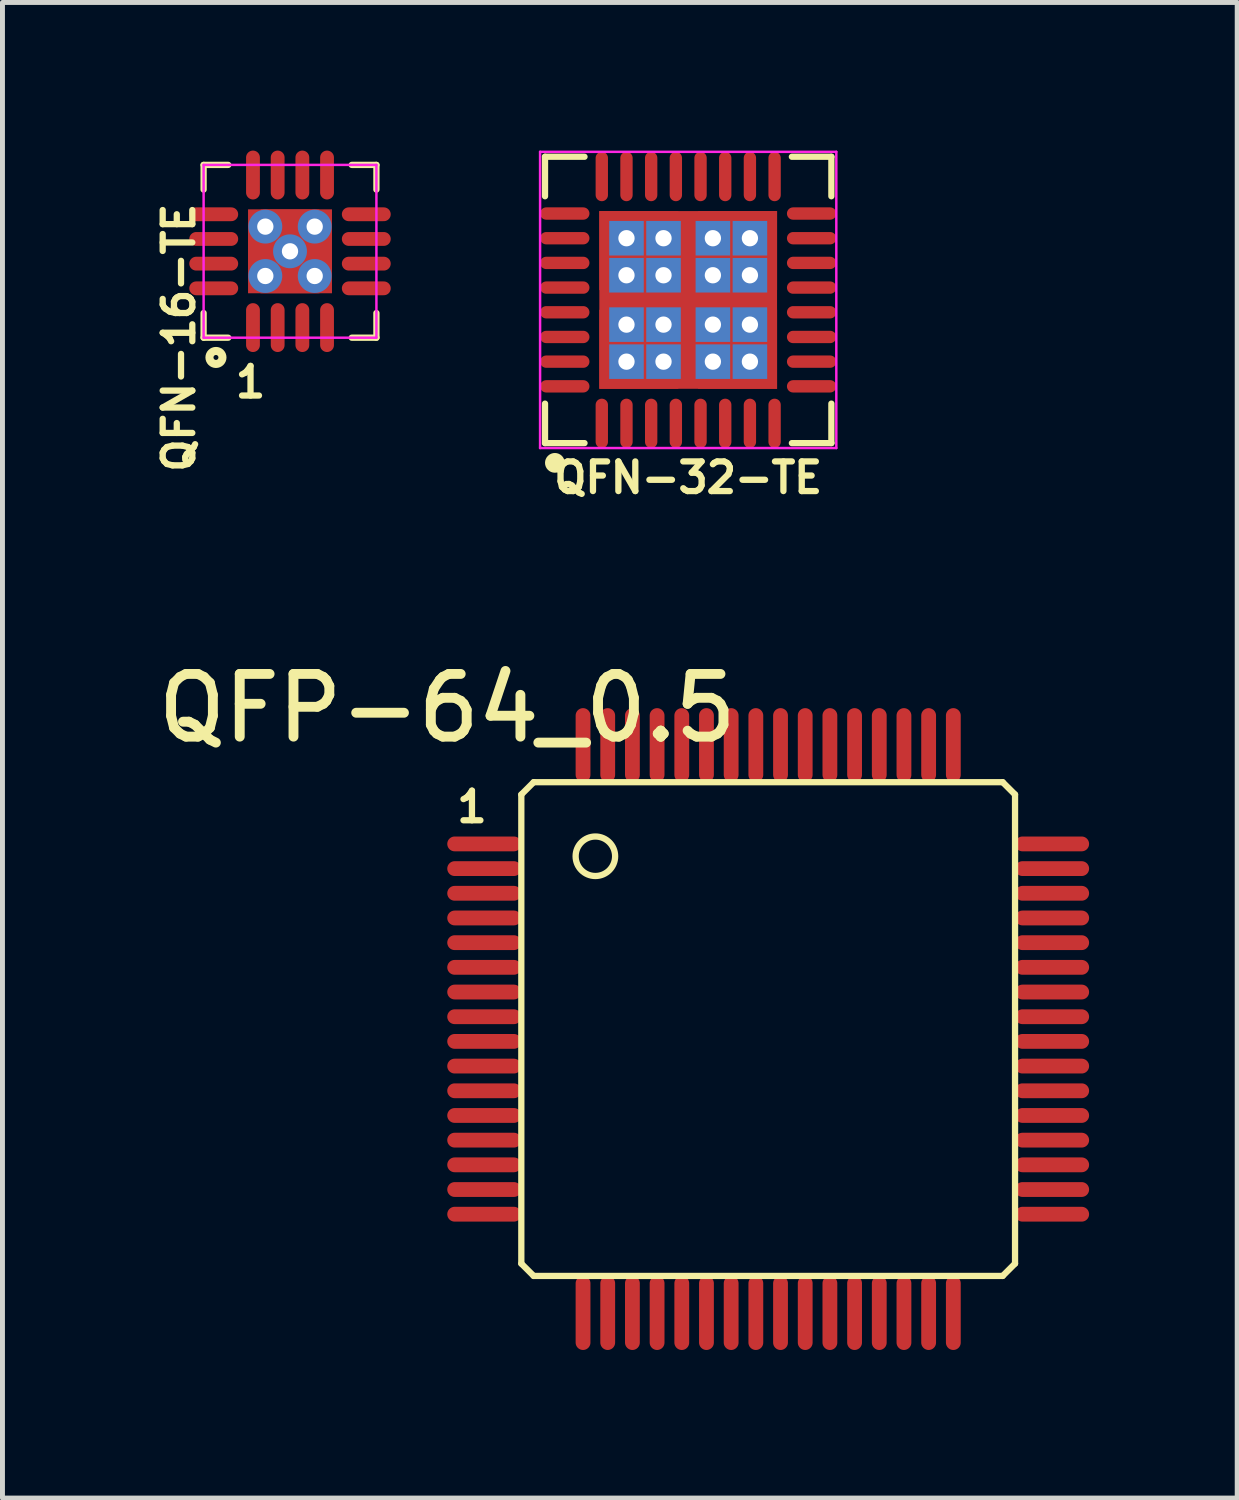
<source format=kicad_pcb>
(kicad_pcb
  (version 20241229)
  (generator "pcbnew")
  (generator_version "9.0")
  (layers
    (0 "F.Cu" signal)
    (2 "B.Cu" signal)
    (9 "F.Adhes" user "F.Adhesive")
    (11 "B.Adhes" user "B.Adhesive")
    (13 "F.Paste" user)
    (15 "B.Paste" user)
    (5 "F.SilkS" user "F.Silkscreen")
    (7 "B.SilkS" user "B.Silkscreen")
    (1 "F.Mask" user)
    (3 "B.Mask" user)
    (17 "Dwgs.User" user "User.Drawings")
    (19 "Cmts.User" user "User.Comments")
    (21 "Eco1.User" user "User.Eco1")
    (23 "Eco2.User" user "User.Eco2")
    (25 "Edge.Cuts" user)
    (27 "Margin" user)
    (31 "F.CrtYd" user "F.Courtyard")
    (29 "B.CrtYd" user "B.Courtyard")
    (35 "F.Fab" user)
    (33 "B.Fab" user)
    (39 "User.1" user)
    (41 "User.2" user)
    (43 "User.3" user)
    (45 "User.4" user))
  (footprint "QFN-16-TE"
    (layer "F.Cu")
    (at 2.824 2.04)
    (property "Reference" "QFN-16-TE" (at -2.25 1.75 90) (layer "F.SilkS") (effects (font (size 0.6 0.6) (thickness 0.127))))
    (attr smd)
    (fp_line (start -1.75 -1.75) (end -1.25 -1.75) (stroke (width 0.127) (type solid)) (layer "F.SilkS"))
    (fp_line (start -1.75 -1.25) (end -1.75 -1.75) (stroke (width 0.127) (type solid)) (layer "F.SilkS"))
    (fp_line (start -1.75 1.75) (end -1.75 1.25) (stroke (width 0.127) (type solid)) (layer "F.SilkS"))
    (fp_line (start -1.25 1.75) (end -1.75 1.75) (stroke (width 0.127) (type solid)) (layer "F.SilkS"))
    (fp_line (start 1.25 -1.75) (end 1.75 -1.75) (stroke (width 0.127) (type solid)) (layer "F.SilkS"))
    (fp_line (start 1.75 -1.75) (end 1.75 -1.25) (stroke (width 0.127) (type solid)) (layer "F.SilkS"))
    (fp_line (start 1.75 1.25) (end 1.75 1.75) (stroke (width 0.127) (type solid)) (layer "F.SilkS"))
    (fp_line (start 1.75 1.75) (end 1.25 1.75) (stroke (width 0.127) (type solid)) (layer "F.SilkS"))
    (fp_circle (center -1.5 2.15) (end -1.5 2.2) (stroke (width 0.127) (type solid)) (fill no) (layer "F.SilkS"))
    (fp_circle (center -1.5 2.15) (end -1.5 2.3) (stroke (width 0.127) (type solid)) (fill no) (layer "F.SilkS"))
    (fp_line (start -1.75 -1.75) (end -1.75 1.75) (stroke (width 0.05) (type solid)) (layer "F.CrtYd"))
    (fp_line (start -1.75 -1.75) (end 1.75 -1.75) (stroke (width 0.05) (type solid)) (layer "F.CrtYd"))
    (fp_line (start 1.75 -1.75) (end 1.75 1.75) (stroke (width 0.05) (type solid)) (layer "F.CrtYd"))
    (fp_line (start 1.75 1.75) (end -1.75 1.75) (stroke (width 0.05) (type solid)) (layer "F.CrtYd"))
    (fp_text user "1" (at -0.8 2.65 180) (layer "F.SilkS") (effects (font (size 0.6 0.6) (thickness 0.127))))
    (pad "1" smd oval (at -0.75 1.545) (size 0.28 0.99) (layers "F.Cu" "F.Mask" "F.Paste"))
    (pad "2" smd oval (at -0.25 1.545) (size 0.28 0.99) (layers "F.Cu" "F.Mask" "F.Paste"))
    (pad "3" smd oval (at 0.25 1.545) (size 0.28 0.99) (layers "F.Cu" "F.Mask" "F.Paste"))
    (pad "4" smd oval (at 0.75 1.545) (size 0.28 0.99) (layers "F.Cu" "F.Mask" "F.Paste"))
    (pad "5" smd oval (at 1.545 0.75 90) (size 0.28 0.99) (layers "F.Cu" "F.Mask" "F.Paste"))
    (pad "6" smd oval (at 1.545 0.25 90) (size 0.28 0.99) (layers "F.Cu" "F.Mask" "F.Paste"))
    (pad "7" smd oval (at 1.545 -0.25 90) (size 0.28 0.99) (layers "F.Cu" "F.Mask" "F.Paste"))
    (pad "8" smd oval (at 1.545 -0.75 90) (size 0.28 0.99) (layers "F.Cu" "F.Mask" "F.Paste"))
    (pad "9" smd oval (at 0.75 -1.545) (size 0.28 0.99) (layers "F.Cu" "F.Mask" "F.Paste"))
    (pad "10" smd oval (at 0.25 -1.545) (size 0.28 0.99) (layers "F.Cu" "F.Mask" "F.Paste"))
    (pad "11" smd oval (at -0.25 -1.545) (size 0.28 0.99) (layers "F.Cu" "F.Mask" "F.Paste"))
    (pad "12" smd oval (at -0.75 -1.545) (size 0.28 0.99) (layers "F.Cu" "F.Mask" "F.Paste"))
    (pad "13" smd oval (at -1.545 -0.75 90) (size 0.28 0.99) (layers "F.Cu" "F.Mask" "F.Paste"))
    (pad "14" smd oval (at -1.545 -0.25 90) (size 0.28 0.99) (layers "F.Cu" "F.Mask" "F.Paste"))
    (pad "15" smd oval (at -1.545 0.25 90) (size 0.28 0.99) (layers "F.Cu" "F.Mask" "F.Paste"))
    (pad "16" smd oval (at -1.545 0.75 90) (size 0.28 0.99) (layers "F.Cu" "F.Mask" "F.Paste"))
    (pad "17" smd trapezoid (at -0.525 0 270) (size 0.65 0.65) (rect_delta 0 0.55) (layers "F.Cu" "F.Paste"))
    (pad "17" thru_hole circle (at -0.5 -0.5) (size 0.686 0.686) (drill 0.33) (layers "*.Cu"))
    (pad "17" thru_hole circle (at -0.5 0.5) (size 0.686 0.686) (drill 0.33) (layers "*.Cu"))
    (pad "17" smd trapezoid (at 0 -0.525 180) (size 0.65 0.65) (rect_delta 0 0.55) (layers "F.Cu" "F.Paste"))
    (pad "17" thru_hole circle (at 0 0) (size 0.686 0.686) (drill 0.33) (layers "*.Cu"))
    (pad "17" smd rect (at 0 0) (size 1.7 1.7) (layers "F.Cu" "F.Mask"))
    (pad "17" smd trapezoid (at 0 0.525) (size 0.65 0.65) (rect_delta 0 0.55) (layers "F.Cu" "F.Paste"))
    (pad "17" thru_hole circle (at 0.5 -0.5) (size 0.686 0.686) (drill 0.33) (layers "*.Cu"))
    (pad "17" thru_hole circle (at 0.5 0.5) (size 0.686 0.686) (drill 0.33) (layers "*.Cu"))
    (pad "17" smd trapezoid (at 0.525 0 90) (size 0.65 0.65) (rect_delta 0 0.55) (layers "F.Cu" "F.Paste")))
  (footprint "QFP-64_0.5"
    (layer "F.Cu")
    (at 12.509 17.793)
    (property "Reference" "QFP-64_0.5" (at -6.5 -6.5 0) (layer "F.SilkS") (effects (font (size 1.27 1.27) (thickness 0.2))))
    (attr smd)
    (fp_line (start -5 -4.75) (end -4.75 -5) (stroke (width 0.127) (type solid)) (layer "F.SilkS"))
    (fp_line (start -5 4.75) (end -5 -4.75) (stroke (width 0.127) (type solid)) (layer "F.SilkS"))
    (fp_line (start -4.75 -5) (end 4.75 -5) (stroke (width 0.127) (type solid)) (layer "F.SilkS"))
    (fp_line (start -4.75 5) (end -5 4.75) (stroke (width 0.127) (type solid)) (layer "F.SilkS"))
    (fp_line (start 4.75 -5) (end 5 -4.75) (stroke (width 0.127) (type solid)) (layer "F.SilkS"))
    (fp_line (start 4.75 5) (end -4.75 5) (stroke (width 0.127) (type solid)) (layer "F.SilkS"))
    (fp_line (start 5 -4.75) (end 5 4.75) (stroke (width 0.127) (type solid)) (layer "F.SilkS"))
    (fp_line (start 5 4.75) (end 4.75 5) (stroke (width 0.127) (type solid)) (layer "F.SilkS"))
    (fp_circle (center -3.5 -3.5) (end -3.1 -3.5) (stroke (width 0.127) (type solid)) (fill no) (layer "F.SilkS"))
    (fp_text user "1" (at -6 -4.5 0) (layer "F.SilkS") (effects (font (size 0.6 0.6) (thickness 0.127))))
    (pad "1" smd oval (at -5.75 -3.75) (size 1.5 0.3) (layers "F.Cu" "F.Mask" "F.Paste"))
    (pad "2" smd oval (at -5.75 -3.25) (size 1.5 0.3) (layers "F.Cu" "F.Mask" "F.Paste"))
    (pad "3" smd oval (at -5.75 -2.75) (size 1.5 0.3) (layers "F.Cu" "F.Mask" "F.Paste"))
    (pad "4" smd oval (at -5.75 -2.25) (size 1.5 0.3) (layers "F.Cu" "F.Mask" "F.Paste"))
    (pad "5" smd oval (at -5.75 -1.75) (size 1.5 0.3) (layers "F.Cu" "F.Mask" "F.Paste"))
    (pad "6" smd oval (at -5.75 -1.25) (size 1.5 0.3) (layers "F.Cu" "F.Mask" "F.Paste"))
    (pad "7" smd oval (at -5.75 -0.75) (size 1.5 0.3) (layers "F.Cu" "F.Mask" "F.Paste"))
    (pad "8" smd oval (at -5.75 -0.25) (size 1.5 0.3) (layers "F.Cu" "F.Mask" "F.Paste"))
    (pad "9" smd oval (at -5.75 0.25) (size 1.5 0.3) (layers "F.Cu" "F.Mask" "F.Paste"))
    (pad "10" smd oval (at -5.75 0.75) (size 1.5 0.3) (layers "F.Cu" "F.Mask" "F.Paste"))
    (pad "11" smd oval (at -5.75 1.25) (size 1.5 0.3) (layers "F.Cu" "F.Mask" "F.Paste"))
    (pad "12" smd oval (at -5.75 1.75) (size 1.5 0.3) (layers "F.Cu" "F.Mask" "F.Paste"))
    (pad "13" smd oval (at -5.75 2.25) (size 1.5 0.3) (layers "F.Cu" "F.Mask" "F.Paste"))
    (pad "14" smd oval (at -5.75 2.75) (size 1.5 0.3) (layers "F.Cu" "F.Mask" "F.Paste"))
    (pad "15" smd oval (at -5.75 3.25) (size 1.5 0.3) (layers "F.Cu" "F.Mask" "F.Paste"))
    (pad "16" smd oval (at -5.75 3.75) (size 1.5 0.3) (layers "F.Cu" "F.Mask" "F.Paste"))
    (pad "17" smd oval (at -3.75 5.75 90) (size 1.5 0.3) (layers "F.Cu" "F.Mask" "F.Paste"))
    (pad "18" smd oval (at -3.25 5.75 90) (size 1.5 0.3) (layers "F.Cu" "F.Mask" "F.Paste"))
    (pad "19" smd oval (at -2.75 5.75 90) (size 1.5 0.3) (layers "F.Cu" "F.Mask" "F.Paste"))
    (pad "20" smd oval (at -2.25 5.75 90) (size 1.5 0.3) (layers "F.Cu" "F.Mask" "F.Paste"))
    (pad "21" smd oval (at -1.75 5.75 90) (size 1.5 0.3) (layers "F.Cu" "F.Mask" "F.Paste"))
    (pad "22" smd oval (at -1.25 5.75 90) (size 1.5 0.3) (layers "F.Cu" "F.Mask" "F.Paste"))
    (pad "23" smd oval (at -0.75 5.75 90) (size 1.5 0.3) (layers "F.Cu" "F.Mask" "F.Paste"))
    (pad "24" smd oval (at -0.25 5.75 90) (size 1.5 0.3) (layers "F.Cu" "F.Mask" "F.Paste"))
    (pad "25" smd oval (at 0.25 5.75 90) (size 1.5 0.3) (layers "F.Cu" "F.Mask" "F.Paste"))
    (pad "26" smd oval (at 0.75 5.75 90) (size 1.5 0.3) (layers "F.Cu" "F.Mask" "F.Paste"))
    (pad "27" smd oval (at 1.25 5.75 90) (size 1.5 0.3) (layers "F.Cu" "F.Mask" "F.Paste"))
    (pad "28" smd oval (at 1.75 5.75 90) (size 1.5 0.3) (layers "F.Cu" "F.Mask" "F.Paste"))
    (pad "29" smd oval (at 2.25 5.75 90) (size 1.5 0.3) (layers "F.Cu" "F.Mask" "F.Paste"))
    (pad "30" smd oval (at 2.75 5.75 90) (size 1.5 0.3) (layers "F.Cu" "F.Mask" "F.Paste"))
    (pad "31" smd oval (at 3.25 5.75 90) (size 1.5 0.3) (layers "F.Cu" "F.Mask" "F.Paste"))
    (pad "32" smd oval (at 3.75 5.75 90) (size 1.5 0.3) (layers "F.Cu" "F.Mask" "F.Paste"))
    (pad "33" smd oval (at 5.75 3.75) (size 1.5 0.3) (layers "F.Cu" "F.Mask" "F.Paste"))
    (pad "34" smd oval (at 5.75 3.25) (size 1.5 0.3) (layers "F.Cu" "F.Mask" "F.Paste"))
    (pad "35" smd oval (at 5.75 2.75) (size 1.5 0.3) (layers "F.Cu" "F.Mask" "F.Paste"))
    (pad "36" smd oval (at 5.75 2.25) (size 1.5 0.3) (layers "F.Cu" "F.Mask" "F.Paste"))
    (pad "37" smd oval (at 5.75 1.75) (size 1.5 0.3) (layers "F.Cu" "F.Mask" "F.Paste"))
    (pad "38" smd oval (at 5.75 1.25) (size 1.5 0.3) (layers "F.Cu" "F.Mask" "F.Paste"))
    (pad "39" smd oval (at 5.75 0.75) (size 1.5 0.3) (layers "F.Cu" "F.Mask" "F.Paste"))
    (pad "40" smd oval (at 5.75 0.25) (size 1.5 0.3) (layers "F.Cu" "F.Mask" "F.Paste"))
    (pad "41" smd oval (at 5.75 -0.25) (size 1.5 0.3) (layers "F.Cu" "F.Mask" "F.Paste"))
    (pad "42" smd oval (at 5.75 -0.75) (size 1.5 0.3) (layers "F.Cu" "F.Mask" "F.Paste"))
    (pad "43" smd oval (at 5.75 -1.25) (size 1.5 0.3) (layers "F.Cu" "F.Mask" "F.Paste"))
    (pad "44" smd oval (at 5.75 -1.75) (size 1.5 0.3) (layers "F.Cu" "F.Mask" "F.Paste"))
    (pad "45" smd oval (at 5.75 -2.25) (size 1.5 0.3) (layers "F.Cu" "F.Mask" "F.Paste"))
    (pad "46" smd oval (at 5.75 -2.75) (size 1.5 0.3) (layers "F.Cu" "F.Mask" "F.Paste"))
    (pad "47" smd oval (at 5.75 -3.25) (size 1.5 0.3) (layers "F.Cu" "F.Mask" "F.Paste"))
    (pad "48" smd oval (at 5.75 -3.75) (size 1.5 0.3) (layers "F.Cu" "F.Mask" "F.Paste"))
    (pad "49" smd oval (at 3.75 -5.75 90) (size 1.5 0.3) (layers "F.Cu" "F.Mask" "F.Paste"))
    (pad "50" smd oval (at 3.25 -5.75 90) (size 1.5 0.3) (layers "F.Cu" "F.Mask" "F.Paste"))
    (pad "51" smd oval (at 2.75 -5.75 90) (size 1.5 0.3) (layers "F.Cu" "F.Mask" "F.Paste"))
    (pad "52" smd oval (at 2.25 -5.75 90) (size 1.5 0.3) (layers "F.Cu" "F.Mask" "F.Paste"))
    (pad "53" smd oval (at 1.75 -5.75 90) (size 1.5 0.3) (layers "F.Cu" "F.Mask" "F.Paste"))
    (pad "54" smd oval (at 1.25 -5.75 90) (size 1.5 0.3) (layers "F.Cu" "F.Mask" "F.Paste"))
    (pad "55" smd oval (at 0.75 -5.75 90) (size 1.5 0.3) (layers "F.Cu" "F.Mask" "F.Paste"))
    (pad "56" smd oval (at 0.25 -5.75 90) (size 1.5 0.3) (layers "F.Cu" "F.Mask" "F.Paste"))
    (pad "57" smd oval (at -0.25 -5.75 90) (size 1.5 0.3) (layers "F.Cu" "F.Mask" "F.Paste"))
    (pad "58" smd oval (at -0.75 -5.75 90) (size 1.5 0.3) (layers "F.Cu" "F.Mask" "F.Paste"))
    (pad "59" smd oval (at -1.25 -5.75 90) (size 1.5 0.3) (layers "F.Cu" "F.Mask" "F.Paste"))
    (pad "60" smd oval (at -1.75 -5.75 90) (size 1.5 0.3) (layers "F.Cu" "F.Mask" "F.Paste"))
    (pad "61" smd oval (at -2.25 -5.75 90) (size 1.5 0.3) (layers "F.Cu" "F.Mask" "F.Paste"))
    (pad "62" smd oval (at -2.75 -5.75 90) (size 1.5 0.3) (layers "F.Cu" "F.Mask" "F.Paste"))
    (pad "63" smd oval (at -3.25 -5.75 90) (size 1.5 0.3) (layers "F.Cu" "F.Mask" "F.Paste"))
    (pad "64" smd oval (at -3.75 -5.75 90) (size 1.5 0.3) (layers "F.Cu" "F.Mask" "F.Paste")))
  (footprint "QFN-32-TE"
    (layer "F.Cu")
    (at 10.889 3.025)
    (property "Reference" "QFN-32-TE" (at 0 3.6 0) (layer "F.SilkS") (effects (font (size 0.6 0.6) (thickness 0.127))))
    (attr through_hole)
    (fp_line (start -2.9 -2.9) (end -2.9 -2.1) (stroke (width 0.127) (type solid)) (layer "F.SilkS"))
    (fp_line (start -2.9 2.9) (end -2.9 2.1) (stroke (width 0.127) (type solid)) (layer "F.SilkS"))
    (fp_line (start -2.1 -2.9) (end -2.9 -2.9) (stroke (width 0.127) (type solid)) (layer "F.SilkS"))
    (fp_line (start -2.1 2.9) (end -2.9 2.9) (stroke (width 0.127) (type solid)) (layer "F.SilkS"))
    (fp_line (start 2.1 -2.9) (end 2.9 -2.9) (stroke (width 0.127) (type solid)) (layer "F.SilkS"))
    (fp_line (start 2.9 -2.9) (end 2.9 -2.1) (stroke (width 0.127) (type solid)) (layer "F.SilkS"))
    (fp_line (start 2.9 2.1) (end 2.9 2.9) (stroke (width 0.127) (type solid)) (layer "F.SilkS"))
    (fp_line (start 2.9 2.9) (end 2.1 2.9) (stroke (width 0.127) (type solid)) (layer "F.SilkS"))
    (fp_circle (center -2.7 3.3) (end -2.7 3.4) (stroke (width 0.2) (type solid)) (fill no) (layer "F.SilkS"))
    (fp_line (start -3 -3) (end 3 -3) (stroke (width 0.05) (type solid)) (layer "F.CrtYd"))
    (fp_line (start -3 3) (end -3 -3) (stroke (width 0.05) (type solid)) (layer "F.CrtYd"))
    (fp_line (start 3 -3) (end 3 3) (stroke (width 0.05) (type solid)) (layer "F.CrtYd"))
    (fp_line (start 3 3) (end -3 3) (stroke (width 0.05) (type solid)) (layer "F.CrtYd"))
    (pad "1" smd oval (at -1.75 2.5) (size 0.25 1) (layers "F.Cu" "F.Mask" "F.Paste"))
    (pad "2" smd oval (at -1.25 2.5) (size 0.25 1) (layers "F.Cu" "F.Mask" "F.Paste"))
    (pad "3" smd oval (at -0.75 2.5) (size 0.25 1) (layers "F.Cu" "F.Mask" "F.Paste"))
    (pad "4" smd oval (at -0.25 2.5) (size 0.25 1) (layers "F.Cu" "F.Mask" "F.Paste"))
    (pad "5" smd oval (at 0.25 2.5) (size 0.25 1) (layers "F.Cu" "F.Mask" "F.Paste"))
    (pad "6" smd oval (at 0.75 2.5) (size 0.25 1) (layers "F.Cu" "F.Mask" "F.Paste"))
    (pad "7" smd oval (at 1.25 2.5) (size 0.25 1) (layers "F.Cu" "F.Mask" "F.Paste"))
    (pad "8" smd oval (at 1.75 2.5) (size 0.25 1) (layers "F.Cu" "F.Mask" "F.Paste"))
    (pad "9" smd oval (at 2.5 1.75 90) (size 0.25 1) (layers "F.Cu" "F.Mask" "F.Paste"))
    (pad "10" smd oval (at 2.5 1.25 90) (size 0.25 1) (layers "F.Cu" "F.Mask" "F.Paste"))
    (pad "11" smd oval (at 2.5 0.75 90) (size 0.25 1) (layers "F.Cu" "F.Mask" "F.Paste"))
    (pad "12" smd oval (at 2.5 0.25 90) (size 0.25 1) (layers "F.Cu" "F.Mask" "F.Paste"))
    (pad "13" smd oval (at 2.5 -0.25 90) (size 0.25 1) (layers "F.Cu" "F.Mask" "F.Paste"))
    (pad "14" smd oval (at 2.5 -0.75 90) (size 0.25 1) (layers "F.Cu" "F.Mask" "F.Paste"))
    (pad "15" smd oval (at 2.5 -1.25 90) (size 0.25 1) (layers "F.Cu" "F.Mask" "F.Paste"))
    (pad "16" smd oval (at 2.5 -1.75 90) (size 0.25 1) (layers "F.Cu" "F.Mask" "F.Paste"))
    (pad "17" smd oval (at 1.75 -2.5) (size 0.25 1) (layers "F.Cu" "F.Mask" "F.Paste"))
    (pad "18" smd oval (at 1.25 -2.5) (size 0.25 1) (layers "F.Cu" "F.Mask" "F.Paste"))
    (pad "19" smd oval (at 0.75 -2.5) (size 0.25 1) (layers "F.Cu" "F.Mask" "F.Paste"))
    (pad "20" smd oval (at 0.25 -2.5) (size 0.25 1) (layers "F.Cu" "F.Mask" "F.Paste"))
    (pad "21" smd oval (at -0.25 -2.5) (size 0.25 1) (layers "F.Cu" "F.Mask" "F.Paste"))
    (pad "22" smd oval (at -0.75 -2.5) (size 0.25 1) (layers "F.Cu" "F.Mask" "F.Paste"))
    (pad "23" smd oval (at -1.25 -2.5) (size 0.25 1) (layers "F.Cu" "F.Mask" "F.Paste"))
    (pad "24" smd oval (at -1.75 -2.5) (size 0.25 1) (layers "F.Cu" "F.Mask" "F.Paste"))
    (pad "25" smd oval (at -2.5 -1.75 90) (size 0.25 1) (layers "F.Cu" "F.Mask" "F.Paste"))
    (pad "26" smd oval (at -2.5 -1.25 90) (size 0.25 1) (layers "F.Cu" "F.Mask" "F.Paste"))
    (pad "27" smd oval (at -2.5 -0.75 90) (size 0.25 1) (layers "F.Cu" "F.Mask" "F.Paste"))
    (pad "28" smd oval (at -2.5 -0.25 90) (size 0.25 1) (layers "F.Cu" "F.Mask" "F.Paste"))
    (pad "29" smd oval (at -2.5 0.25 90) (size 0.25 1) (layers "F.Cu" "F.Mask" "F.Paste"))
    (pad "30" smd oval (at -2.5 0.75 90) (size 0.25 1) (layers "F.Cu" "F.Mask" "F.Paste"))
    (pad "31" smd oval (at -2.5 1.25 90) (size 0.25 1) (layers "F.Cu" "F.Mask" "F.Paste"))
    (pad "32" smd oval (at -2.5 1.75 90) (size 0.25 1) (layers "F.Cu" "F.Mask" "F.Paste"))
    (pad "33" thru_hole rect (at -1.25 -1.25) (size 0.7 0.7) (drill 0.33) (layers "*.Cu"))
    (pad "33" thru_hole rect (at -1.25 -0.5) (size 0.7 0.7) (drill 0.33) (layers "*.Cu"))
    (pad "33" thru_hole rect (at -1.25 0.5) (size 0.7 0.7) (drill 0.33) (layers "*.Cu"))
    (pad "33" thru_hole rect (at -1.25 1.25) (size 0.7 0.7) (drill 0.33) (layers "*.Cu"))
    (pad "33" smd rect (at -1 -1) (size 1.6 1.6) (layers "F.Cu" "F.Paste"))
    (pad "33" smd rect (at -1 1) (size 1.6 1.6) (layers "F.Cu" "F.Paste"))
    (pad "33" thru_hole rect (at -0.5 -1.25) (size 0.7 0.7) (drill 0.33) (layers "*.Cu"))
    (pad "33" thru_hole rect (at -0.5 -0.5) (size 0.7 0.7) (drill 0.33) (layers "*.Cu"))
    (pad "33" thru_hole rect (at -0.5 0.5) (size 0.7 0.7) (drill 0.33) (layers "*.Cu"))
    (pad "33" thru_hole rect (at -0.5 1.25) (size 0.7 0.7) (drill 0.33) (layers "*.Cu"))
    (pad "33" smd rect (at 0 0) (size 3.6 3.6) (layers "F.Cu" "F.Mask"))
    (pad "33" thru_hole rect (at 0.5 -1.25) (size 0.7 0.7) (drill 0.33) (layers "*.Cu"))
    (pad "33" thru_hole rect (at 0.5 -0.5) (size 0.7 0.7) (drill 0.33) (layers "*.Cu"))
    (pad "33" thru_hole rect (at 0.5 0.5) (size 0.7 0.7) (drill 0.33) (layers "*.Cu"))
    (pad "33" thru_hole rect (at 0.5 1.25) (size 0.7 0.7) (drill 0.33) (layers "*.Cu"))
    (pad "33" smd rect (at 1 -1) (size 1.6 1.6) (layers "F.Cu" "F.Paste"))
    (pad "33" smd rect (at 1 1) (size 1.6 1.6) (layers "F.Cu" "F.Paste"))
    (pad "33" thru_hole rect (at 1.25 -1.25) (size 0.7 0.7) (drill 0.33) (layers "*.Cu"))
    (pad "33" thru_hole rect (at 1.25 -0.5) (size 0.7 0.7) (drill 0.33) (layers "*.Cu"))
    (pad "33" thru_hole rect (at 1.25 0.5) (size 0.7 0.7) (drill 0.33) (layers "*.Cu"))
    (pad "33" thru_hole rect (at 1.25 1.25) (size 0.7 0.7) (drill 0.33) (layers "*.Cu")))
  (gr_rect
    (start -3 -3)
    (end 22.009 27.293)
    (stroke (width 0.1) (type default))
    (fill no)
    (layer "Edge.Cuts")))
</source>
